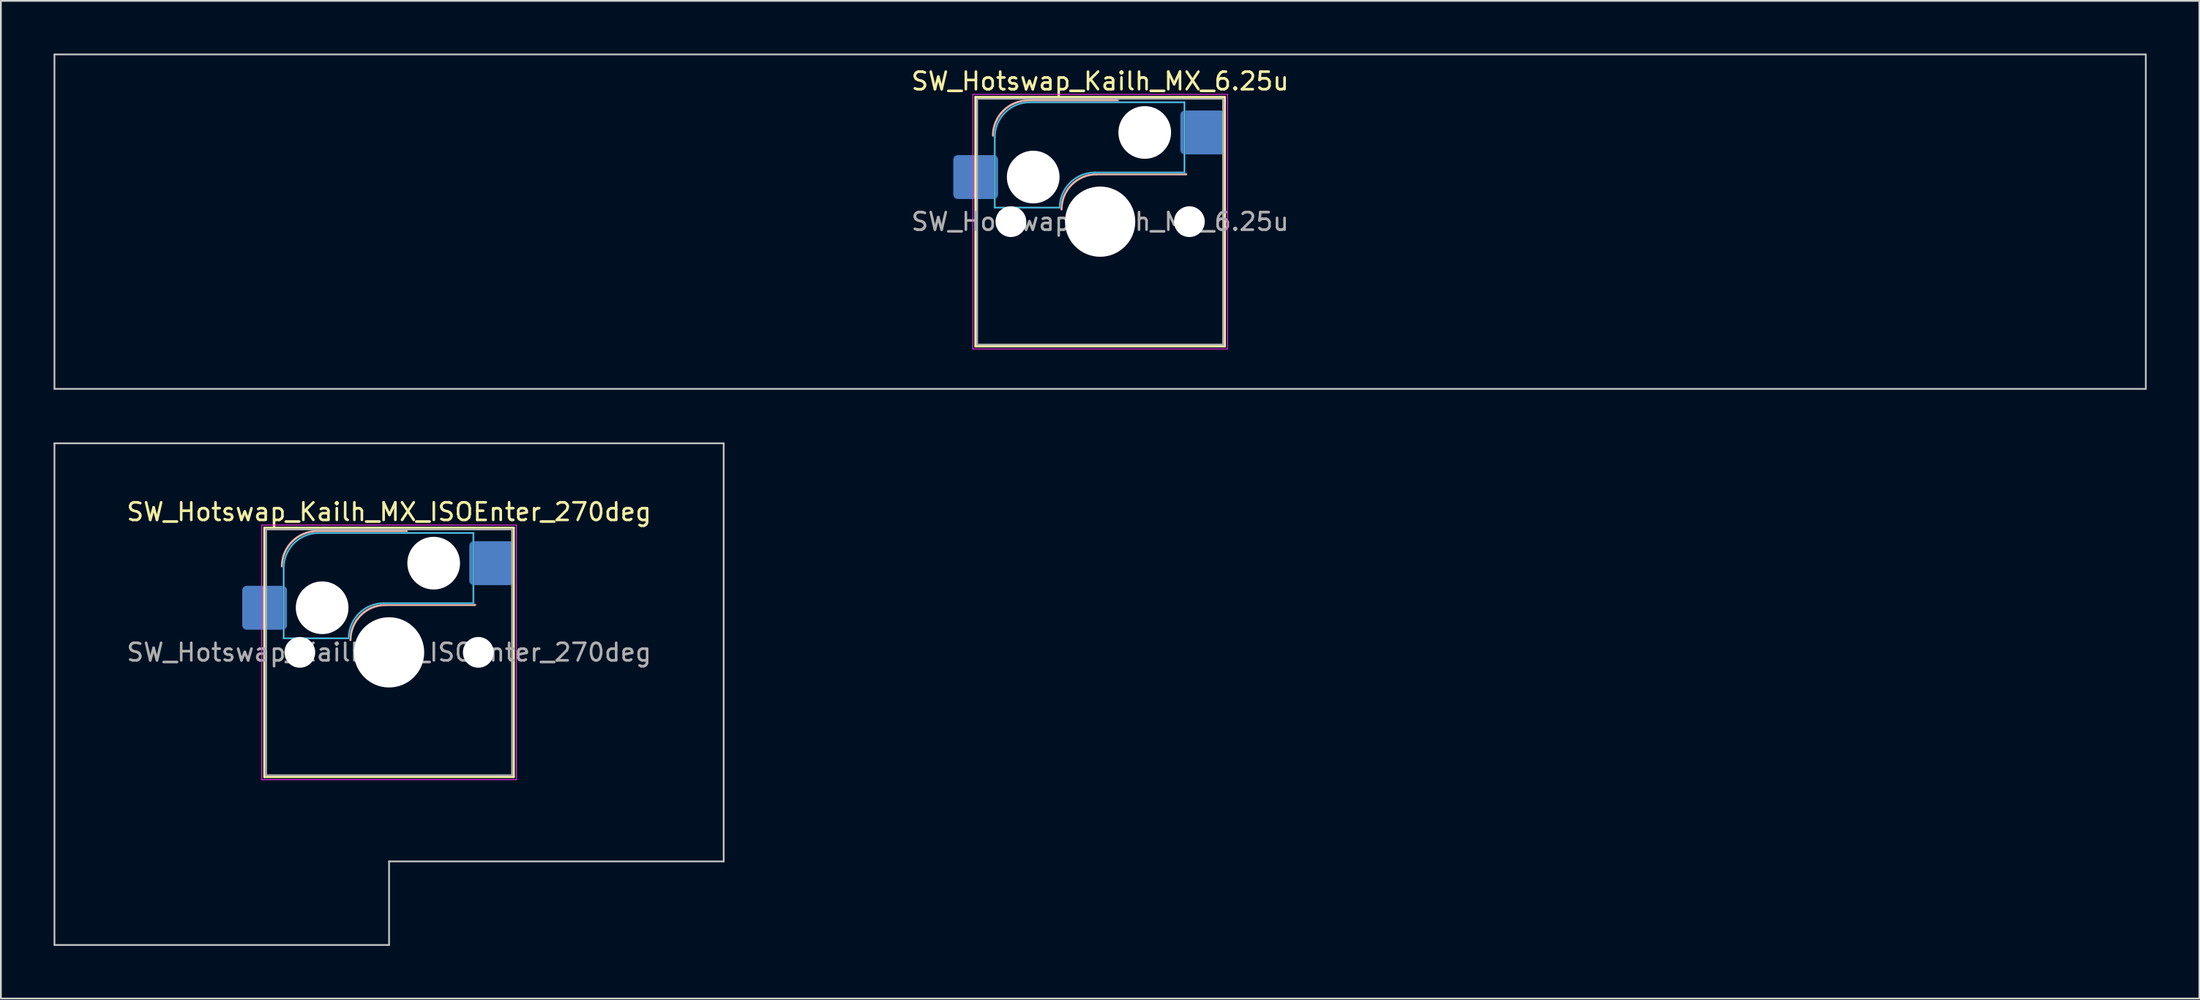
<source format=kicad_pcb>
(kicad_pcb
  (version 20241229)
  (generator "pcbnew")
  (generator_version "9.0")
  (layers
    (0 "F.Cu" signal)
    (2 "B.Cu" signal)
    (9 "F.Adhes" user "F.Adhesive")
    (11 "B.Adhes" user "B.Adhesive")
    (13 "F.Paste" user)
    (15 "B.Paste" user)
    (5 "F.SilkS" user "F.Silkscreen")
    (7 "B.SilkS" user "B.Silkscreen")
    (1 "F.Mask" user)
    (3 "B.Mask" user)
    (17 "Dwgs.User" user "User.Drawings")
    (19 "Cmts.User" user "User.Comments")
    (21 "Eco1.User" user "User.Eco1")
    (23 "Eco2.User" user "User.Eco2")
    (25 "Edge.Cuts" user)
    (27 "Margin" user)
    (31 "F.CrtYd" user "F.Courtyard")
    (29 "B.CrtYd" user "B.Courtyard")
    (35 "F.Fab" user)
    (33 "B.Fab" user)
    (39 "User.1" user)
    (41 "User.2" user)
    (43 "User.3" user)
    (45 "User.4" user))
  (footprint "SW_Hotswap_Kailh_MX_ISOEnter_270deg"
    (layer "F.Cu")
    (at 19.1 34.106)
    (property "Reference" "SW_Hotswap_Kailh_MX_ISOEnter_270deg" (at 0 -8 0) (layer "F.SilkS") (effects (font (size 1 1) (thickness 0.15))))
    (attr smd)
    (fp_line (start -7.1 -7.1) (end -7.1 7.1) (stroke (width 0.12) (type solid)) (layer "F.SilkS"))
    (fp_line (start -7.1 7.1) (end 7.1 7.1) (stroke (width 0.12) (type solid)) (layer "F.SilkS"))
    (fp_line (start 7.1 -7.1) (end -7.1 -7.1) (stroke (width 0.12) (type solid)) (layer "F.SilkS"))
    (fp_line (start 7.1 7.1) (end 7.1 -7.1) (stroke (width 0.12) (type solid)) (layer "F.SilkS"))
    (fp_line (start -4.1 -6.9) (end 1 -6.9) (stroke (width 0.12) (type solid)) (layer "B.SilkS"))
    (fp_line (start -0.2 -2.7) (end 4.9 -2.7) (stroke (width 0.12) (type solid)) (layer "B.SilkS"))
    (fp_arc (start -6.1 -4.9) (mid -5.514214 -6.314214) (end -4.1 -6.9) (stroke (width 0.12) (type solid)) (layer "B.SilkS"))
    (fp_arc (start -2.2 -0.7) (mid -1.614214 -2.114214) (end -0.2 -2.7) (stroke (width 0.12) (type solid)) (layer "B.SilkS"))
    (fp_line (start -19.05 -11.906) (end -19.05 16.669) (stroke (width 0.1) (type solid)) (layer "Dwgs.User"))
    (fp_line (start -19.05 16.669) (end 0 16.669) (stroke (width 0.1) (type solid)) (layer "Dwgs.User"))
    (fp_line (start 0 11.906) (end 19.05 11.906) (stroke (width 0.1) (type solid)) (layer "Dwgs.User"))
    (fp_line (start 0 16.669) (end 0 11.906) (stroke (width 0.1) (type solid)) (layer "Dwgs.User"))
    (fp_line (start 19.05 -11.906) (end -19.05 -11.906) (stroke (width 0.1) (type solid)) (layer "Dwgs.User"))
    (fp_line (start 19.05 11.906) (end 19.05 -11.906) (stroke (width 0.1) (type solid)) (layer "Dwgs.User"))
    (fp_line (start -7.8 -6) (end -7 -6) (stroke (width 0.1) (type solid)) (layer "Eco1.User"))
    (fp_line (start -7.8 -2.9) (end -7.8 -6) (stroke (width 0.1) (type solid)) (layer "Eco1.User"))
    (fp_line (start -7.8 2.9) (end -7 2.9) (stroke (width 0.1) (type solid)) (layer "Eco1.User"))
    (fp_line (start -7.8 6) (end -7.8 2.9) (stroke (width 0.1) (type solid)) (layer "Eco1.User"))
    (fp_line (start -7 -7) (end 7 -7) (stroke (width 0.1) (type solid)) (layer "Eco1.User"))
    (fp_line (start -7 -6) (end -7 -7) (stroke (width 0.1) (type solid)) (layer "Eco1.User"))
    (fp_line (start -7 -2.9) (end -7.8 -2.9) (stroke (width 0.1) (type solid)) (layer "Eco1.User"))
    (fp_line (start -7 2.9) (end -7 -2.9) (stroke (width 0.1) (type solid)) (layer "Eco1.User"))
    (fp_line (start -7 6) (end -7.8 6) (stroke (width 0.1) (type solid)) (layer "Eco1.User"))
    (fp_line (start -7 7) (end -7 6) (stroke (width 0.1) (type solid)) (layer "Eco1.User"))
    (fp_line (start 7 -7) (end 7 -6) (stroke (width 0.1) (type solid)) (layer "Eco1.User"))
    (fp_line (start 7 -6) (end 7.8 -6) (stroke (width 0.1) (type solid)) (layer "Eco1.User"))
    (fp_line (start 7 -2.9) (end 7 2.9) (stroke (width 0.1) (type solid)) (layer "Eco1.User"))
    (fp_line (start 7 2.9) (end 7.8 2.9) (stroke (width 0.1) (type solid)) (layer "Eco1.User"))
    (fp_line (start 7 6) (end 7 7) (stroke (width 0.1) (type solid)) (layer "Eco1.User"))
    (fp_line (start 7 7) (end -7 7) (stroke (width 0.1) (type solid)) (layer "Eco1.User"))
    (fp_line (start 7.8 -6) (end 7.8 -2.9) (stroke (width 0.1) (type solid)) (layer "Eco1.User"))
    (fp_line (start 7.8 -2.9) (end 7 -2.9) (stroke (width 0.1) (type solid)) (layer "Eco1.User"))
    (fp_line (start 7.8 2.9) (end 7.8 6) (stroke (width 0.1) (type solid)) (layer "Eco1.User"))
    (fp_line (start 7.8 6) (end 7 6) (stroke (width 0.1) (type solid)) (layer "Eco1.User"))
    (fp_line (start -6 -0.8) (end -6 -4.8) (stroke (width 0.05) (type solid)) (layer "B.CrtYd"))
    (fp_line (start -6 -0.8) (end -2.3 -0.8) (stroke (width 0.05) (type solid)) (layer "B.CrtYd"))
    (fp_line (start -4 -6.8) (end 4.8 -6.8) (stroke (width 0.05) (type solid)) (layer "B.CrtYd"))
    (fp_line (start -0.3 -2.8) (end 4.8 -2.8) (stroke (width 0.05) (type solid)) (layer "B.CrtYd"))
    (fp_line (start 4.8 -6.8) (end 4.8 -2.8) (stroke (width 0.05) (type solid)) (layer "B.CrtYd"))
    (fp_arc (start -6 -4.8) (mid -5.414214 -6.214214) (end -4 -6.8) (stroke (width 0.05) (type solid)) (layer "B.CrtYd"))
    (fp_arc (start -2.3 -0.8) (mid -1.714214 -2.214214) (end -0.3 -2.8) (stroke (width 0.05) (type solid)) (layer "B.CrtYd"))
    (fp_line (start -7.25 -7.25) (end -7.25 7.25) (stroke (width 0.05) (type solid)) (layer "F.CrtYd"))
    (fp_line (start -7.25 7.25) (end 7.25 7.25) (stroke (width 0.05) (type solid)) (layer "F.CrtYd"))
    (fp_line (start 7.25 -7.25) (end -7.25 -7.25) (stroke (width 0.05) (type solid)) (layer "F.CrtYd"))
    (fp_line (start 7.25 7.25) (end 7.25 -7.25) (stroke (width 0.05) (type solid)) (layer "F.CrtYd"))
    (fp_line (start -6 -0.8) (end -6 -4.8) (stroke (width 0.12) (type solid)) (layer "B.Fab"))
    (fp_line (start -6 -0.8) (end -2.3 -0.8) (stroke (width 0.12) (type solid)) (layer "B.Fab"))
    (fp_line (start -4 -6.8) (end 4.8 -6.8) (stroke (width 0.12) (type solid)) (layer "B.Fab"))
    (fp_line (start -0.3 -2.8) (end 4.8 -2.8) (stroke (width 0.12) (type solid)) (layer "B.Fab"))
    (fp_line (start 4.8 -6.8) (end 4.8 -2.8) (stroke (width 0.12) (type solid)) (layer "B.Fab"))
    (fp_arc (start -6 -4.8) (mid -5.414214 -6.214214) (end -4 -6.8) (stroke (width 0.12) (type solid)) (layer "B.Fab"))
    (fp_arc (start -2.3 -0.8) (mid -1.714214 -2.214214) (end -0.3 -2.8) (stroke (width 0.12) (type solid)) (layer "B.Fab"))
    (fp_line (start -7 -7) (end -7 7) (stroke (width 0.1) (type solid)) (layer "F.Fab"))
    (fp_line (start -7 7) (end 7 7) (stroke (width 0.1) (type solid)) (layer "F.Fab"))
    (fp_line (start 7 -7) (end -7 -7) (stroke (width 0.1) (type solid)) (layer "F.Fab"))
    (fp_line (start 7 7) (end 7 -7) (stroke (width 0.1) (type solid)) (layer "F.Fab"))
    (fp_text user "${REFERENCE}" (at 0 0 0) (layer "F.Fab") (effects (font (size 1 1) (thickness 0.15))))
    (pad "" np_thru_hole circle (at -5.08 0) (size 1.75 1.75) (drill 1.75) (layers "*.Cu" "*.Mask"))
    (pad "" np_thru_hole circle (at -3.81 -2.54) (size 3 3) (drill 3) (layers "*.Cu" "*.Mask"))
    (pad "" np_thru_hole circle (at 0 0) (size 4 4) (drill 4) (layers "*.Cu" "*.Mask"))
    (pad "" np_thru_hole circle (at 2.54 -5.08) (size 3 3) (drill 3) (layers "*.Cu" "*.Mask"))
    (pad "" np_thru_hole circle (at 5.08 0) (size 1.75 1.75) (drill 1.75) (layers "*.Cu" "*.Mask"))
    (pad "1" smd roundrect (at -7.085 -2.54) (size 2.55 2.5) (layers "B.Cu" "B.Mask" "B.Paste") (roundrect_rratio 0.1))
    (pad "2" smd roundrect (at 5.842 -5.08) (size 2.55 2.5) (layers "B.Cu" "B.Mask" "B.Paste") (roundrect_rratio 0.1)))
  (footprint "SW_Hotswap_Kailh_MX_6.25u"
    (layer "F.Cu")
    (at 59.581 9.575)
    (property "Reference" "SW_Hotswap_Kailh_MX_6.25u" (at 0 -8 0) (layer "F.SilkS") (effects (font (size 1 1) (thickness 0.15))))
    (attr smd)
    (fp_line (start -7.1 -7.1) (end -7.1 7.1) (stroke (width 0.12) (type solid)) (layer "F.SilkS"))
    (fp_line (start -7.1 7.1) (end 7.1 7.1) (stroke (width 0.12) (type solid)) (layer "F.SilkS"))
    (fp_line (start 7.1 -7.1) (end -7.1 -7.1) (stroke (width 0.12) (type solid)) (layer "F.SilkS"))
    (fp_line (start 7.1 7.1) (end 7.1 -7.1) (stroke (width 0.12) (type solid)) (layer "F.SilkS"))
    (fp_line (start -4.1 -6.9) (end 1 -6.9) (stroke (width 0.12) (type solid)) (layer "B.SilkS"))
    (fp_line (start -0.2 -2.7) (end 4.9 -2.7) (stroke (width 0.12) (type solid)) (layer "B.SilkS"))
    (fp_arc (start -6.1 -4.9) (mid -5.514214 -6.314214) (end -4.1 -6.9) (stroke (width 0.12) (type solid)) (layer "B.SilkS"))
    (fp_arc (start -2.2 -0.7) (mid -1.614214 -2.114214) (end -0.2 -2.7) (stroke (width 0.12) (type solid)) (layer "B.SilkS"))
    (fp_line (start -59.531 -9.525) (end -59.531 9.525) (stroke (width 0.1) (type solid)) (layer "Dwgs.User"))
    (fp_line (start -59.531 9.525) (end 59.531 9.525) (stroke (width 0.1) (type solid)) (layer "Dwgs.User"))
    (fp_line (start 59.531 -9.525) (end -59.531 -9.525) (stroke (width 0.1) (type solid)) (layer "Dwgs.User"))
    (fp_line (start 59.531 9.525) (end 59.531 -9.525) (stroke (width 0.1) (type solid)) (layer "Dwgs.User"))
    (fp_line (start -7.8 -6) (end -7 -6) (stroke (width 0.1) (type solid)) (layer "Eco1.User"))
    (fp_line (start -7.8 -2.9) (end -7.8 -6) (stroke (width 0.1) (type solid)) (layer "Eco1.User"))
    (fp_line (start -7.8 2.9) (end -7 2.9) (stroke (width 0.1) (type solid)) (layer "Eco1.User"))
    (fp_line (start -7.8 6) (end -7.8 2.9) (stroke (width 0.1) (type solid)) (layer "Eco1.User"))
    (fp_line (start -7 -7) (end 7 -7) (stroke (width 0.1) (type solid)) (layer "Eco1.User"))
    (fp_line (start -7 -6) (end -7 -7) (stroke (width 0.1) (type solid)) (layer "Eco1.User"))
    (fp_line (start -7 -2.9) (end -7.8 -2.9) (stroke (width 0.1) (type solid)) (layer "Eco1.User"))
    (fp_line (start -7 2.9) (end -7 -2.9) (stroke (width 0.1) (type solid)) (layer "Eco1.User"))
    (fp_line (start -7 6) (end -7.8 6) (stroke (width 0.1) (type solid)) (layer "Eco1.User"))
    (fp_line (start -7 7) (end -7 6) (stroke (width 0.1) (type solid)) (layer "Eco1.User"))
    (fp_line (start 7 -7) (end 7 -6) (stroke (width 0.1) (type solid)) (layer "Eco1.User"))
    (fp_line (start 7 -6) (end 7.8 -6) (stroke (width 0.1) (type solid)) (layer "Eco1.User"))
    (fp_line (start 7 -2.9) (end 7 2.9) (stroke (width 0.1) (type solid)) (layer "Eco1.User"))
    (fp_line (start 7 2.9) (end 7.8 2.9) (stroke (width 0.1) (type solid)) (layer "Eco1.User"))
    (fp_line (start 7 6) (end 7 7) (stroke (width 0.1) (type solid)) (layer "Eco1.User"))
    (fp_line (start 7 7) (end -7 7) (stroke (width 0.1) (type solid)) (layer "Eco1.User"))
    (fp_line (start 7.8 -6) (end 7.8 -2.9) (stroke (width 0.1) (type solid)) (layer "Eco1.User"))
    (fp_line (start 7.8 -2.9) (end 7 -2.9) (stroke (width 0.1) (type solid)) (layer "Eco1.User"))
    (fp_line (start 7.8 2.9) (end 7.8 6) (stroke (width 0.1) (type solid)) (layer "Eco1.User"))
    (fp_line (start 7.8 6) (end 7 6) (stroke (width 0.1) (type solid)) (layer "Eco1.User"))
    (fp_line (start -6 -0.8) (end -6 -4.8) (stroke (width 0.05) (type solid)) (layer "B.CrtYd"))
    (fp_line (start -6 -0.8) (end -2.3 -0.8) (stroke (width 0.05) (type solid)) (layer "B.CrtYd"))
    (fp_line (start -4 -6.8) (end 4.8 -6.8) (stroke (width 0.05) (type solid)) (layer "B.CrtYd"))
    (fp_line (start -0.3 -2.8) (end 4.8 -2.8) (stroke (width 0.05) (type solid)) (layer "B.CrtYd"))
    (fp_line (start 4.8 -6.8) (end 4.8 -2.8) (stroke (width 0.05) (type solid)) (layer "B.CrtYd"))
    (fp_arc (start -6 -4.8) (mid -5.414214 -6.214214) (end -4 -6.8) (stroke (width 0.05) (type solid)) (layer "B.CrtYd"))
    (fp_arc (start -2.3 -0.8) (mid -1.714214 -2.214214) (end -0.3 -2.8) (stroke (width 0.05) (type solid)) (layer "B.CrtYd"))
    (fp_line (start -7.25 -7.25) (end -7.25 7.25) (stroke (width 0.05) (type solid)) (layer "F.CrtYd"))
    (fp_line (start -7.25 7.25) (end 7.25 7.25) (stroke (width 0.05) (type solid)) (layer "F.CrtYd"))
    (fp_line (start 7.25 -7.25) (end -7.25 -7.25) (stroke (width 0.05) (type solid)) (layer "F.CrtYd"))
    (fp_line (start 7.25 7.25) (end 7.25 -7.25) (stroke (width 0.05) (type solid)) (layer "F.CrtYd"))
    (fp_line (start -6 -0.8) (end -6 -4.8) (stroke (width 0.12) (type solid)) (layer "B.Fab"))
    (fp_line (start -6 -0.8) (end -2.3 -0.8) (stroke (width 0.12) (type solid)) (layer "B.Fab"))
    (fp_line (start -4 -6.8) (end 4.8 -6.8) (stroke (width 0.12) (type solid)) (layer "B.Fab"))
    (fp_line (start -0.3 -2.8) (end 4.8 -2.8) (stroke (width 0.12) (type solid)) (layer "B.Fab"))
    (fp_line (start 4.8 -6.8) (end 4.8 -2.8) (stroke (width 0.12) (type solid)) (layer "B.Fab"))
    (fp_arc (start -6 -4.8) (mid -5.414214 -6.214214) (end -4 -6.8) (stroke (width 0.12) (type solid)) (layer "B.Fab"))
    (fp_arc (start -2.3 -0.8) (mid -1.714214 -2.214214) (end -0.3 -2.8) (stroke (width 0.12) (type solid)) (layer "B.Fab"))
    (fp_line (start -7 -7) (end -7 7) (stroke (width 0.1) (type solid)) (layer "F.Fab"))
    (fp_line (start -7 7) (end 7 7) (stroke (width 0.1) (type solid)) (layer "F.Fab"))
    (fp_line (start 7 -7) (end -7 -7) (stroke (width 0.1) (type solid)) (layer "F.Fab"))
    (fp_line (start 7 7) (end 7 -7) (stroke (width 0.1) (type solid)) (layer "F.Fab"))
    (fp_text user "${REFERENCE}" (at 0 0 0) (layer "F.Fab") (effects (font (size 1 1) (thickness 0.15))))
    (pad "" np_thru_hole circle (at -5.08 0) (size 1.75 1.75) (drill 1.75) (layers "*.Cu" "*.Mask"))
    (pad "" np_thru_hole circle (at -3.81 -2.54) (size 3 3) (drill 3) (layers "*.Cu" "*.Mask"))
    (pad "" np_thru_hole circle (at 0 0) (size 4 4) (drill 4) (layers "*.Cu" "*.Mask"))
    (pad "" np_thru_hole circle (at 2.54 -5.08) (size 3 3) (drill 3) (layers "*.Cu" "*.Mask"))
    (pad "" np_thru_hole circle (at 5.08 0) (size 1.75 1.75) (drill 1.75) (layers "*.Cu" "*.Mask"))
    (pad "1" smd roundrect (at -7.085 -2.54) (size 2.55 2.5) (layers "B.Cu" "B.Mask" "B.Paste") (roundrect_rratio 0.1))
    (pad "2" smd roundrect (at 5.842 -5.08) (size 2.55 2.5) (layers "B.Cu" "B.Mask" "B.Paste") (roundrect_rratio 0.1)))
  (gr_rect
    (start -3 -3)
    (end 122.162 53.825)
    (stroke (width 0.1) (type default))
    (fill no)
    (layer "Edge.Cuts")))
</source>
